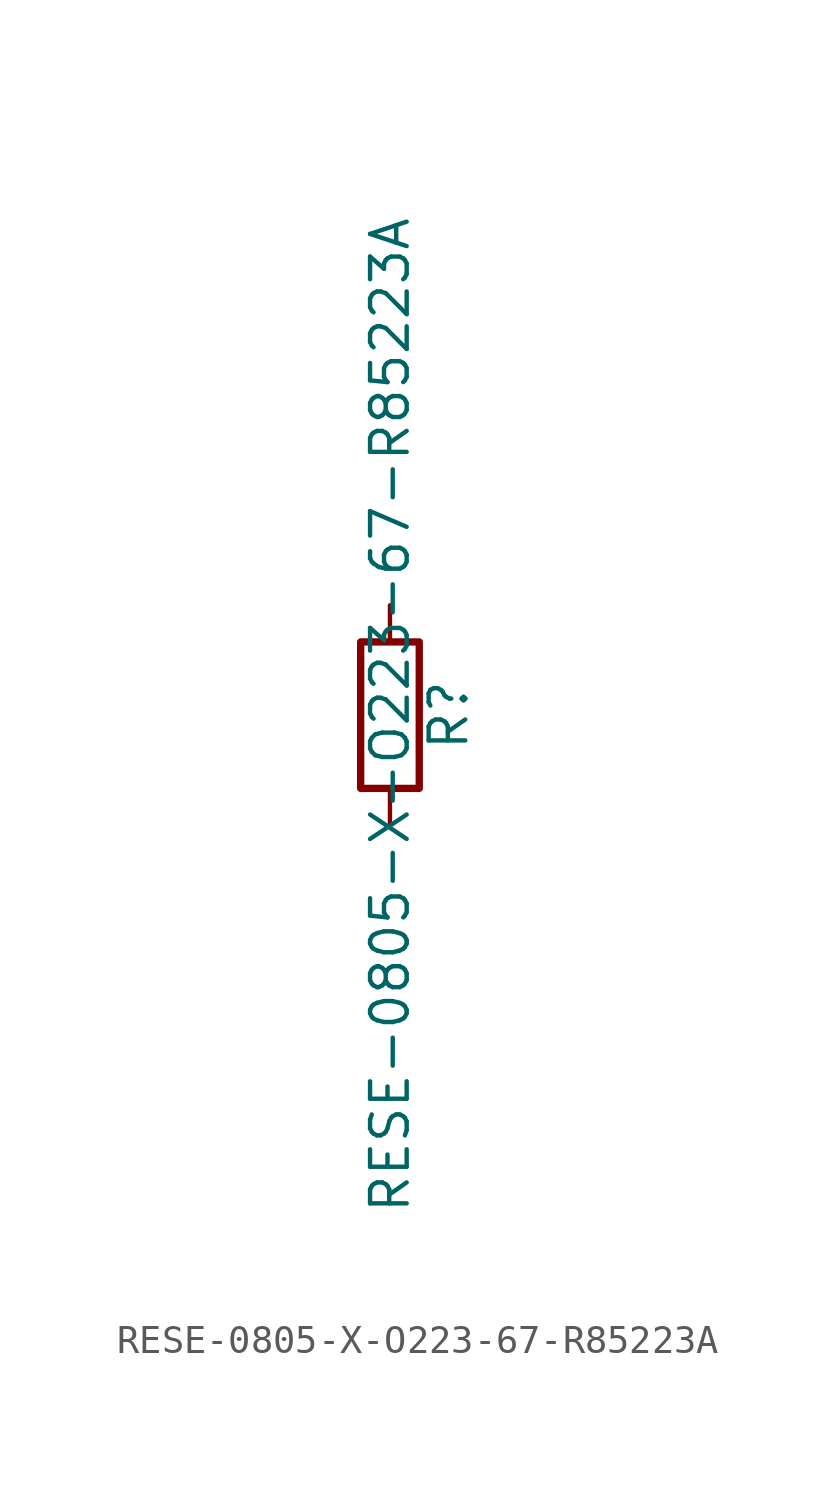
<source format=kicad_sym>
(kicad_symbol_lib
  (version 20211014)
  (generator kicad_symbol_editor)
  (symbol "RESE-0805-X-O223-67-R85223A"
    (pin_numbers hide)
    (pin_names
      (offset 0))
    (property "Reference" "R"
      (at 2.032 0 90)
      (effects (font (size 1.27 1.27))))
    (property "Value" "RESE-0805-X-O223-67-R85223A"
      (at 0 0 90)
      (effects (font (size 1.27 1.27))))
    (symbol "RESE-0805-X-O223-67-R85223A_0_1"
      (rectangle (start -1.016 -2.54) (end 1.016 2.54) (stroke (width 0.254) (type default) (color 0 0 0 0)) (fill (type none))))
    (symbol "RESE-0805-X-O223-67-R85223A_1_1"
      (pin passive line (at 0 3.81 270) (length 1.27) (name "~" (effects (font (size 1.27 1.27)))) (number "1" (effects (font (size 1.27 1.27)))))
      (pin passive line (at 0 -3.81 90) (length 1.27) (name "~" (effects (font (size 1.27 1.27)))) (number "2" (effects (font (size 1.27 1.27))))))))
</source>
